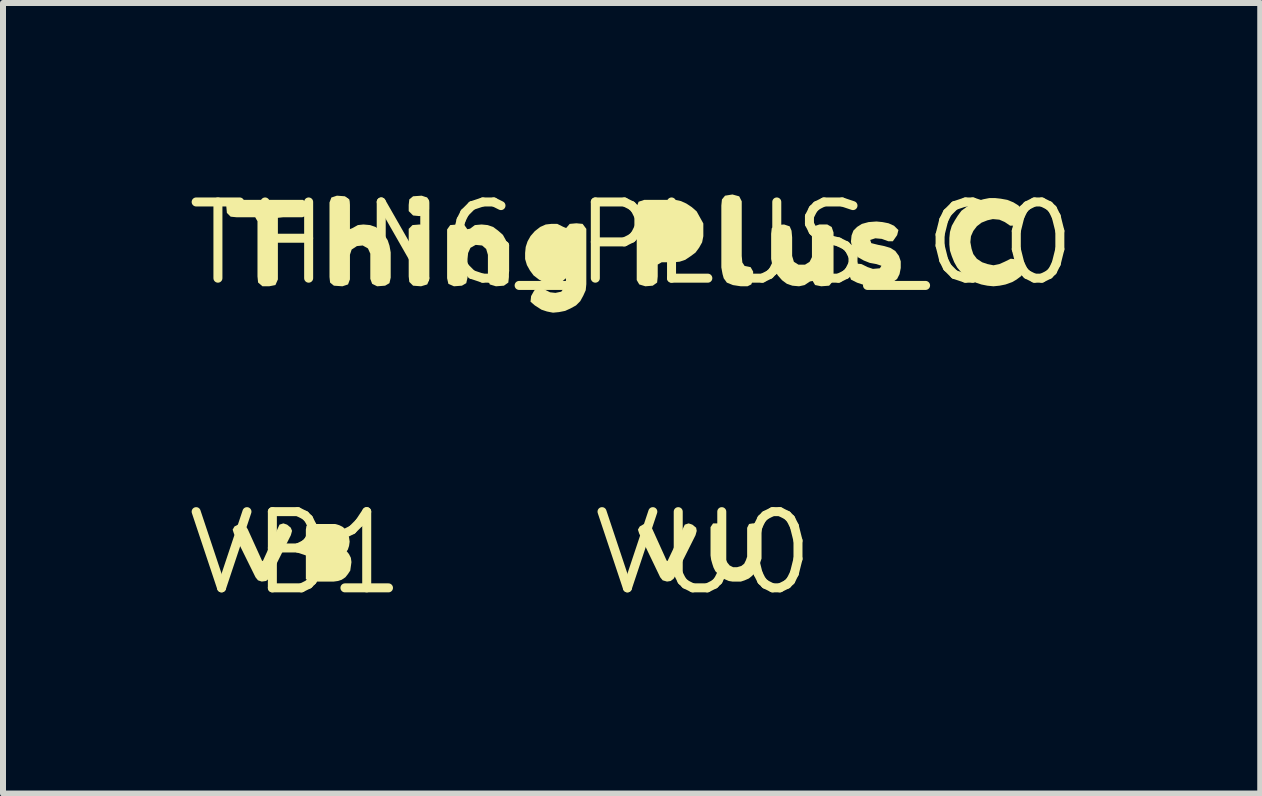
<source format=kicad_pcb>
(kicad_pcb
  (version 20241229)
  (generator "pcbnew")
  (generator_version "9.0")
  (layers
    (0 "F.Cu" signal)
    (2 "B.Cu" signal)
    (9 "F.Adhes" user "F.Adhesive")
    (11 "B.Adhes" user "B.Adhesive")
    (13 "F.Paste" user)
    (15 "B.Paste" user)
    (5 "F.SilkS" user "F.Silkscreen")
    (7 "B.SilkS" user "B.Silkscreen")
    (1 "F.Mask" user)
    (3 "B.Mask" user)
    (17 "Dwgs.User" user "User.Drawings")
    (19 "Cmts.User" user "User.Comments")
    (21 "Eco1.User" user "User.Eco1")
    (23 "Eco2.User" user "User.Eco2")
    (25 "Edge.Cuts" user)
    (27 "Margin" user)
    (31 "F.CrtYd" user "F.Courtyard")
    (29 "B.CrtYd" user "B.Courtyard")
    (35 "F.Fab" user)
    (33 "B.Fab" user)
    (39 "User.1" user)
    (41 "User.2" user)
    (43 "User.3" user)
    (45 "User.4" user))
  (footprint "VB1"
    (layer "F.Cu")
    (at 1.882 6.167)
    (property "Reference" "VB1" (at 0 0 0) (layer "F.SilkS") (effects (font (size 1.27 1.27) (thickness 0.15))))
    (fp_poly (pts (xy -0.836 -0.443) (xy -0.806 -0.403) (xy -0.566 0.126) (xy -0.552 0.133) (xy -0.274 -0.474) (xy -0.21 -0.495) (xy -0.148 -0.474) (xy -0.086 -0.423) (xy -0.065 -0.37) (xy -0.085 -0.298) (xy -0.446 0.423) (xy -0.498 0.465) (xy -0.57 0.475) (xy -0.633 0.454) (xy -0.674 0.403) (xy -1.035 -0.328) (xy -1.055 -0.391) (xy -1.024 -0.444) (xy -0.942 -0.485) (xy -0.878 -0.495)) (stroke (width 0) (type default)) (fill yes) (layer "F.SilkS"))
    (fp_poly (pts (xy 0.722 -0.465) (xy 0.783 -0.434) (xy 0.834 -0.383) (xy 0.865 -0.322) (xy 0.885 -0.261) (xy 0.895 -0.19) (xy 0.885 -0.119) (xy 0.865 -0.058) (xy 0.846 -0.03) (xy 0.884 0.017) (xy 0.915 0.078) (xy 0.925 0.15) (xy 0.915 0.221) (xy 0.905 0.292) (xy 0.864 0.353) (xy 0.823 0.404) (xy 0.762 0.445) (xy 0.701 0.465) (xy 0.63 0.475) (xy 0.29 0.475) (xy 0.208 0.465) (xy 0.165 0.432) (xy 0.165 -0.39) (xy 0.175 -0.453) (xy 0.229 -0.485) (xy 0.651 -0.485)) (stroke (width 0) (type default)) (fill yes) (layer "F.SilkS")))
  (footprint "THING_PLUS_C0"
    (layer "F.Cu")
    (at 7.476 1.006)
    (property "Reference" "THING_PLUS_C0" (at 0 0 0) (layer "F.SilkS") (effects (font (size 1.27 1.27) (thickness 0.15))))
    (fp_poly (pts (xy -3.417 -0.295) (xy -3.375 -0.221) (xy -3.375 0.611) (xy -3.406 0.684) (xy -3.509 0.715) (xy -3.642 0.705) (xy -3.705 0.642) (xy -3.715 0.55) (xy -3.715 -0.242) (xy -3.652 -0.305) (xy -3.53 -0.315)) (stroke (width 0) (type default)) (fill yes) (layer "F.SilkS"))
    (fp_poly (pts (xy -3.406 -0.764) (xy -3.375 -0.681) (xy -3.375 -0.569) (xy -3.406 -0.476) (xy -3.439 -0.465) (xy -3.54 -0.455) (xy -3.642 -0.465) (xy -3.715 -0.538) (xy -3.715 -0.64) (xy -3.705 -0.733) (xy -3.642 -0.785) (xy -3.499 -0.795)) (stroke (width 0) (type default)) (fill yes) (layer "F.SilkS"))
    (fp_poly (pts (xy 1.793 -0.784) (xy 1.835 -0.701) (xy 1.835 0.21) (xy 1.845 0.318) (xy 1.883 0.376) (xy 1.983 0.396) (xy 2.025 0.469) (xy 2.025 0.601) (xy 1.994 0.684) (xy 1.931 0.715) (xy 1.82 0.715) (xy 1.689 0.695) (xy 1.587 0.654) (xy 1.535 0.582) (xy 1.515 0.511) (xy 1.495 0.4) (xy 1.495 -0.63) (xy 1.505 -0.732) (xy 1.557 -0.795) (xy 1.68 -0.815)) (stroke (width 0) (type default)) (fill yes) (layer "F.SilkS"))
    (fp_poly (pts (xy -5.395 -0.673) (xy -5.385 -0.57) (xy -5.406 -0.466) (xy -5.489 -0.435) (xy -5.81 -0.435) (xy -5.895 -0.426) (xy -5.895 0.601) (xy -5.936 0.694) (xy -6.04 0.715) (xy -6.152 0.715) (xy -6.225 0.652) (xy -6.235 0.55) (xy -6.235 -0.369) (xy -6.273 -0.435) (xy -6.58 -0.435) (xy -6.682 -0.445) (xy -6.745 -0.508) (xy -6.755 -0.621) (xy -6.713 -0.704) (xy -6.61 -0.725) (xy -5.479 -0.725)) (stroke (width 0) (type default)) (fill yes) (layer "F.SilkS"))
    (fp_poly (pts (xy 0.822 -0.705) (xy 0.912 -0.664) (xy 1.003 -0.604) (xy 1.084 -0.533) (xy 1.134 -0.442) (xy 1.184 -0.352) (xy 1.195 -0.331) (xy 1.195 -0.12) (xy 1.175 -0.018) (xy 1.124 0.073) (xy 1.064 0.154) (xy 0.983 0.214) (xy 0.896 0.272) (xy 0.897 0.273) (xy 0.892 0.275) (xy 0.888 0.277) (xy 0.887 0.276) (xy 0.801 0.305) (xy 0.7 0.315) (xy 0.501 0.315) (xy 0.435 0.353) (xy 0.435 0.55) (xy 0.425 0.653) (xy 0.352 0.705) (xy 0.229 0.715) (xy 0.127 0.684) (xy 0.085 0.611) (xy 0.085 -0.611) (xy 0.116 -0.694) (xy 0.209 -0.725) (xy 0.731 -0.725)) (stroke (width 0) (type default)) (fill yes) (layer "F.SilkS"))
    (fp_poly (pts (xy -2.399 -0.305) (xy -2.308 -0.274) (xy -2.227 -0.214) (xy -2.146 -0.143) (xy -2.095 -0.052) (xy -2.065 0.039) (xy -2.045 0.14) (xy -2.045 0.56) (xy -2.055 0.653) (xy -2.128 0.705) (xy -2.261 0.715) (xy -2.364 0.684) (xy -2.395 0.601) (xy -2.395 0.191) (xy -2.424 0.093) (xy -2.492 0.035) (xy -2.599 0.025) (xy -2.686 0.074) (xy -2.725 0.161) (xy -2.735 0.26) (xy -2.735 0.571) (xy -2.756 0.663) (xy -2.828 0.705) (xy -2.961 0.715) (xy -3.054 0.674) (xy -3.075 0.581) (xy -3.075 -0.232) (xy -3.023 -0.305) (xy -2.9 -0.315) (xy -2.787 -0.305) (xy -2.738 -0.236) (xy -2.692 -0.245) (xy -2.612 -0.305) (xy -2.5 -0.315)) (stroke (width 0) (type default)) (fill yes) (layer "F.SilkS"))
    (fp_poly (pts (xy -4.778 -0.785) (xy -4.705 -0.733) (xy -4.695 -0.64) (xy -4.695 -0.237) (xy -4.652 -0.255) (xy -4.562 -0.305) (xy -4.47 -0.315) (xy -4.359 -0.305) (xy -4.268 -0.274) (xy -4.187 -0.214) (xy -4.116 -0.133) (xy -4.065 -0.052) (xy -4.035 0.039) (xy -4.015 0.15) (xy -4.015 0.571) (xy -4.036 0.663) (xy -4.108 0.705) (xy -4.241 0.715) (xy -4.324 0.674) (xy -4.355 0.591) (xy -4.355 0.171) (xy -4.394 0.084) (xy -4.481 0.035) (xy -4.578 0.045) (xy -4.666 0.103) (xy -4.695 0.191) (xy -4.695 0.601) (xy -4.726 0.684) (xy -4.819 0.715) (xy -4.962 0.705) (xy -5.025 0.653) (xy -5.035 0.56) (xy -5.035 -0.681) (xy -5.004 -0.764) (xy -4.911 -0.795)) (stroke (width 0) (type default)) (fill yes) (layer "F.SilkS"))
    (fp_poly (pts (xy 2.634 -0.284) (xy 2.665 -0.211) (xy 2.675 -0.1) (xy 2.675 0.209) (xy 2.704 0.307) (xy 2.781 0.355) (xy 2.889 0.355) (xy 2.966 0.307) (xy 3.005 0.229) (xy 3.005 -0.191) (xy 3.036 -0.284) (xy 3.129 -0.315) (xy 3.261 -0.315) (xy 3.334 -0.273) (xy 3.365 -0.181) (xy 3.365 0.54) (xy 3.345 0.642) (xy 3.292 0.705) (xy 3.16 0.715) (xy 3.057 0.694) (xy 3.017 0.626) (xy 2.972 0.635) (xy 2.882 0.695) (xy 2.79 0.715) (xy 2.679 0.705) (xy 2.588 0.674) (xy 2.507 0.614) (xy 2.436 0.533) (xy 2.386 0.452) (xy 2.345 0.362) (xy 2.325 0.26) (xy 2.325 -0.16) (xy 2.335 -0.253) (xy 2.408 -0.305) (xy 2.541 -0.315)) (stroke (width 0) (type default)) (fill yes) (layer "F.SilkS"))
    (fp_poly (pts (xy -0.817 -0.325) (xy -0.755 -0.242) (xy -0.755 0.68) (xy -0.765 0.781) (xy -0.806 0.872) (xy -0.856 0.963) (xy -0.927 1.034) (xy -1.018 1.084) (xy -1.108 1.125) (xy -1.209 1.145) (xy -1.31 1.155) (xy -1.411 1.135) (xy -1.502 1.105) (xy -1.613 1.034) (xy -1.685 0.972) (xy -1.675 0.878) (xy -1.624 0.787) (xy -1.551 0.724) (xy -1.458 0.765) (xy -1.359 0.815) (xy -1.27 0.825) (xy -1.173 0.805) (xy -1.115 0.728) (xy -1.095 0.63) (xy -1.095 0.581) (xy -1.157 0.634) (xy -1.249 0.665) (xy -1.36 0.675) (xy -1.452 0.655) (xy -1.543 0.604) (xy -1.634 0.534) (xy -1.694 0.453) (xy -1.745 0.362) (xy -1.775 0.261) (xy -1.775 0.16) (xy -1.765 0.059) (xy -1.735 -0.032) (xy -1.684 -0.123) (xy -1.613 -0.204) (xy -1.523 -0.274) (xy -1.431 -0.315) (xy -1.34 -0.325) (xy -1.239 -0.325) (xy -1.138 -0.275) (xy -1.091 -0.256) (xy -1.032 -0.325) (xy -0.92 -0.335)) (stroke (width 0) (type default)) (fill yes) (layer "F.SilkS"))
    (fp_poly (pts (xy 4.181 -0.355) (xy 4.282 -0.335) (xy 4.373 -0.294) (xy 4.446 -0.222) (xy 4.425 -0.138) (xy 4.353 -0.035) (xy 4.279 -0.035) (xy 4.169 -0.075) (xy 4.061 -0.085) (xy 3.976 -0.057) (xy 3.994 -0.004) (xy 4.111 0.025) (xy 4.211 0.045) (xy 4.312 0.075) (xy 4.393 0.126) (xy 4.454 0.208) (xy 4.485 0.299) (xy 4.485 0.41) (xy 4.465 0.512) (xy 4.424 0.593) (xy 4.342 0.654) (xy 4.251 0.685) (xy 4.161 0.705) (xy 4.05 0.715) (xy 3.949 0.715) (xy 3.848 0.685) (xy 3.758 0.655) (xy 3.656 0.604) (xy 3.625 0.52) (xy 3.666 0.427) (xy 3.738 0.335) (xy 3.831 0.345) (xy 3.932 0.395) (xy 4.021 0.425) (xy 4.137 0.415) (xy 4.163 0.373) (xy 4.079 0.345) (xy 3.969 0.325) (xy 3.868 0.285) (xy 3.777 0.234) (xy 3.716 0.163) (xy 3.675 0.072) (xy 3.655 -0.03) (xy 3.665 -0.131) (xy 3.696 -0.213) (xy 3.757 -0.274) (xy 3.838 -0.325) (xy 3.949 -0.355) (xy 4.08 -0.365)) (stroke (width 0) (type default)) (fill yes) (layer "F.SilkS"))
    (fp_poly (pts (xy 6.151 -0.745) (xy 6.261 -0.725) (xy 6.362 -0.684) (xy 6.443 -0.634) (xy 6.515 -0.562) (xy 6.525 -0.469) (xy 6.464 -0.367) (xy 6.382 -0.295) (xy 6.308 -0.295) (xy 6.218 -0.356) (xy 6.129 -0.395) (xy 6.02 -0.405) (xy 5.931 -0.385) (xy 5.832 -0.346) (xy 5.754 -0.286) (xy 5.694 -0.207) (xy 5.655 -0.119) (xy 5.645 -0.02) (xy 5.665 0.089) (xy 5.694 0.178) (xy 5.753 0.256) (xy 5.842 0.315) (xy 5.931 0.345) (xy 6.03 0.365) (xy 6.128 0.345) (xy 6.218 0.305) (xy 6.319 0.255) (xy 6.392 0.265) (xy 6.474 0.347) (xy 6.525 0.45) (xy 6.494 0.543) (xy 6.413 0.604) (xy 6.342 0.645) (xy 6.231 0.685) (xy 6.131 0.705) (xy 6.03 0.715) (xy 5.929 0.705) (xy 5.829 0.685) (xy 5.738 0.655) (xy 5.647 0.604) (xy 5.567 0.544) (xy 5.486 0.474) (xy 5.426 0.403) (xy 5.375 0.312) (xy 5.335 0.212) (xy 5.305 0.121) (xy 5.295 0.02) (xy 5.295 -0.09) (xy 5.305 -0.191) (xy 5.335 -0.292) (xy 5.386 -0.383) (xy 5.436 -0.463) (xy 5.496 -0.544) (xy 5.577 -0.604) (xy 5.668 -0.664) (xy 5.758 -0.705) (xy 5.859 -0.735) (xy 5.96 -0.755) (xy 6.06 -0.755)) (stroke (width 0) (type default)) (fill yes) (layer "F.SilkS")))
  (footprint "VU0"
    (layer "F.Cu")
    (at 8.676 6.167)
    (property "Reference" "VU0" (at 0 0 0) (layer "F.SilkS") (effects (font (size 1.27 1.27) (thickness 0.15))))
    (fp_poly (pts (xy -0.876 -0.443) (xy -0.855 -0.402) (xy -0.616 0.126) (xy -0.602 0.133) (xy -0.314 -0.474) (xy -0.25 -0.495) (xy -0.188 -0.474) (xy -0.125 -0.423) (xy -0.115 -0.37) (xy -0.135 -0.298) (xy -0.496 0.423) (xy -0.548 0.465) (xy -0.61 0.475) (xy -0.683 0.454) (xy -0.724 0.403) (xy -1.075 -0.328) (xy -1.095 -0.391) (xy -1.064 -0.444) (xy -0.992 -0.485) (xy -0.928 -0.495)) (stroke (width 0) (type default)) (fill yes) (layer "F.SilkS"))
    (fp_poly (pts (xy 0.345 -0.452) (xy 0.355 -0.38) (xy 0.355 0.03) (xy 0.365 0.098) (xy 0.394 0.157) (xy 0.433 0.206) (xy 0.491 0.235) (xy 0.559 0.235) (xy 0.628 0.215) (xy 0.676 0.177) (xy 0.705 0.118) (xy 0.725 0.059) (xy 0.725 -0.421) (xy 0.757 -0.485) (xy 0.82 -0.495) (xy 0.891 -0.495) (xy 0.955 -0.463) (xy 0.965 -0.39) (xy 0.965 0.091) (xy 0.945 0.151) (xy 0.925 0.222) (xy 0.894 0.283) (xy 0.854 0.333) (xy 0.803 0.384) (xy 0.753 0.424) (xy 0.682 0.455) (xy 0.621 0.475) (xy 0.48 0.475) (xy 0.419 0.465) (xy 0.347 0.434) (xy 0.297 0.394) (xy 0.247 0.354) (xy 0.196 0.303) (xy 0.165 0.242) (xy 0.145 0.181) (xy 0.125 0.111) (xy 0.115 0.04) (xy 0.115 -0.432) (xy 0.157 -0.495) (xy 0.302 -0.495)) (stroke (width 0) (type default)) (fill yes) (layer "F.SilkS")))
  (gr_rect
    (start -3 -3)
    (end 17.952 10.174)
    (stroke (width 0.1) (type default))
    (fill no)
    (layer "Edge.Cuts")))
</source>
